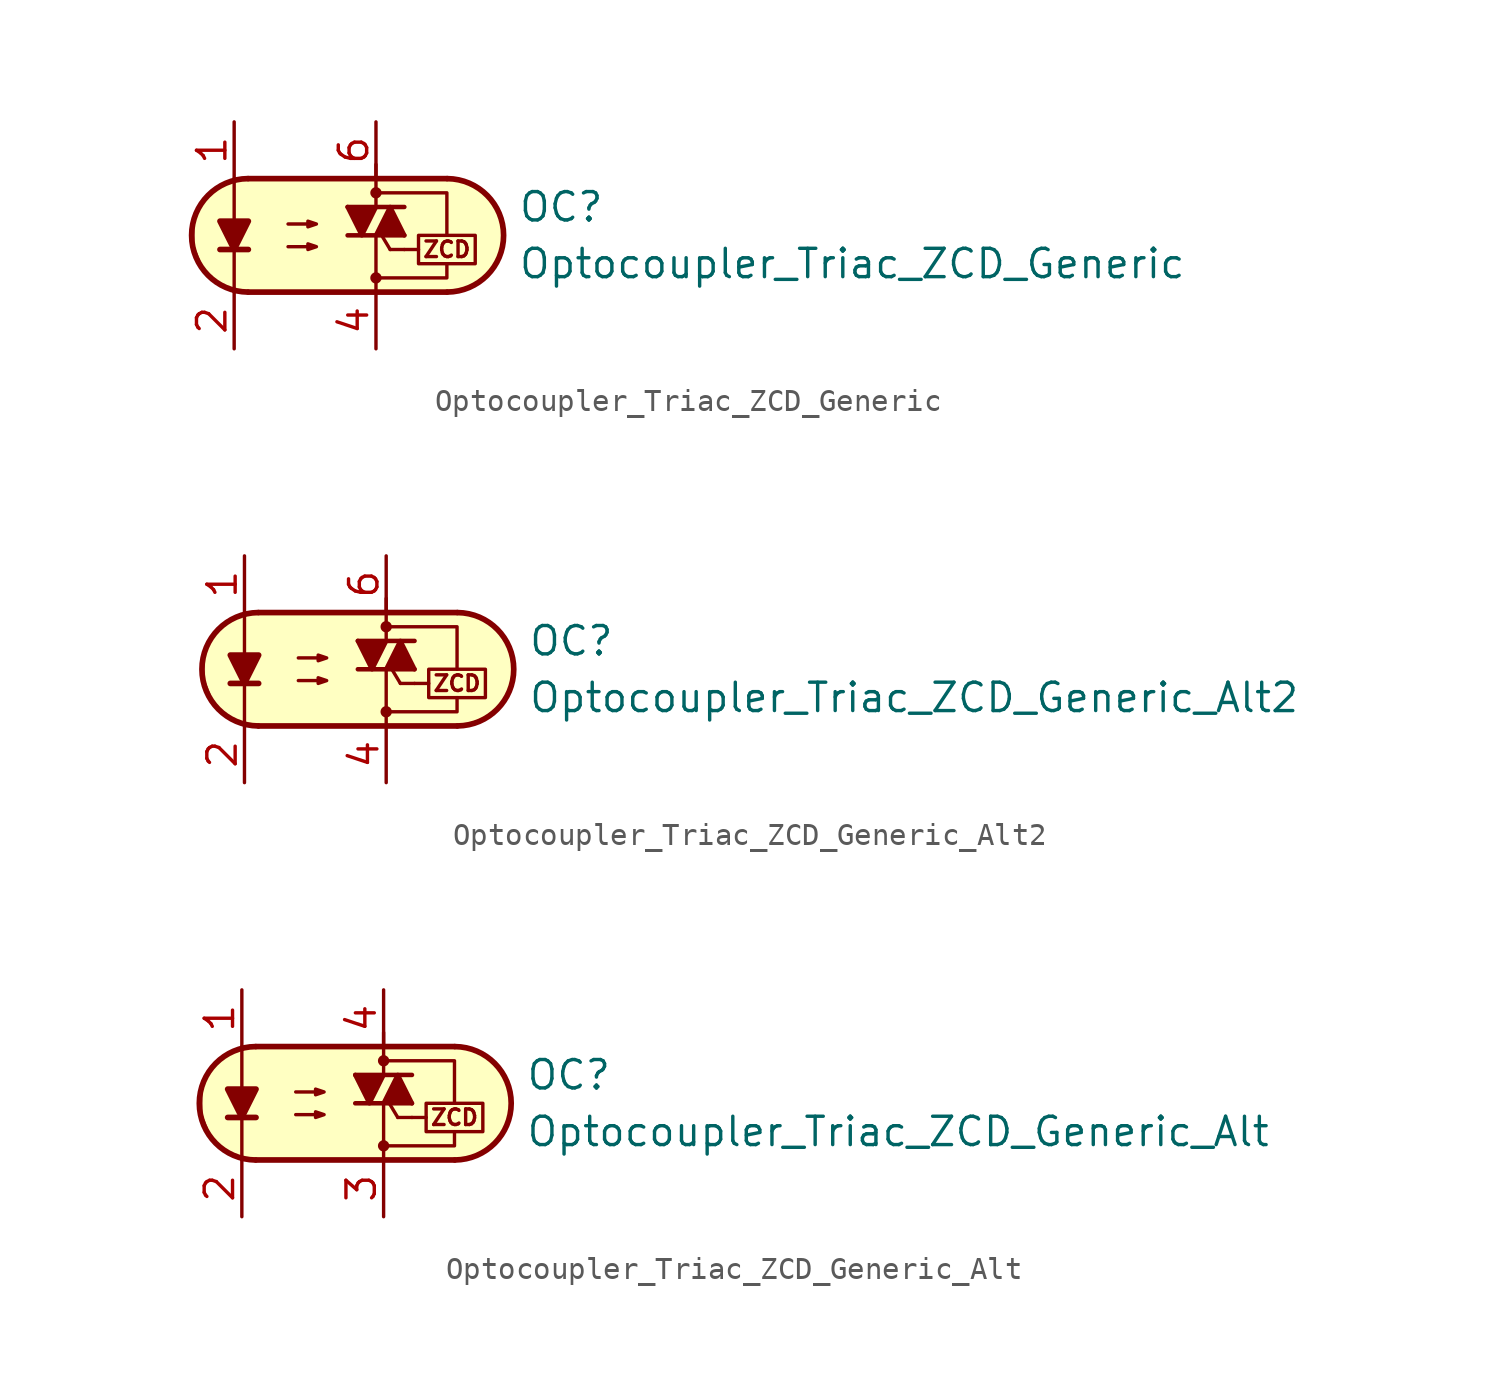
<source format=kicad_sym>
(kicad_symbol_lib
  (version 20231120)
  (generator "kicad_symbol_editor")
  (generator_version "8.0")
  (symbol "Optocoupler_Triac_ZCD_Generic"
    (pin_names
      (offset 1.016))
    (property "Reference" "OC"
      (at 7.62 1.27 0)
      (effects (font (size 1.27 1.27)) (justify left)))
    (property "Value" "Optocoupler_Triac_ZCD_Generic"
      (at 7.62 -1.27 0)
      (effects (font (size 1.27 1.27)) (justify left)))
    (symbol "Optocoupler_Triac_ZCD_Generic_0_0"
      (polyline (pts (xy 4.445 -1.27) (xy 4.445 -1.905) (xy 1.27 -1.905)) (stroke (width 0.152) (type default)) (fill (type none)))
      (polyline (pts (xy 4.445 0) (xy 4.445 1.905) (xy 1.27 1.905)) (stroke (width 0.152) (type default)) (fill (type none)))
      (circle (center 1.27 -1.905) (radius 0.178) (stroke (width 0) (type default)) (fill (type outline)))
      (circle (center 1.27 1.905) (radius 0.178) (stroke (width 0) (type default)) (fill (type outline)))
      (text "ZCD" (at 4.445 -0.635 0) (effects (font (size 0.7 0.7)))))
    (symbol "Optocoupler_Triac_ZCD_Generic_0_1"
      (arc (start -4.4675 2.54) (mid -6.9851 0) (end -4.4675 -2.54) (stroke (width 0.254) (type default)) (fill (type none)))
      (polyline (pts (xy -5.715 -0.635) (xy -4.445 -0.635)) (stroke (width 0.254) (type default)) (fill (type none)))
      (polyline (pts (xy -4.445 2.54) (xy 4.445 2.54)) (stroke (width 0.254) (type default)) (fill (type none)))
      (polyline (pts (xy 1.27 0) (xy 1.27 -2.54)) (stroke (width 0.152) (type default)) (fill (type none)))
      (polyline (pts (xy 1.27 3.175) (xy 1.27 1.27)) (stroke (width 0.152) (type default)) (fill (type none)))
      (polyline (pts (xy 1.905 -0.635) (xy 1.524 0)) (stroke (width 0.152) (type default)) (fill (type none)))
      (polyline (pts (xy 2.54 -0.635) (xy 1.905 -0.635)) (stroke (width 0.152) (type default)) (fill (type none)))
      (polyline (pts (xy 2.54 -0.635) (xy 3.175 -0.635)) (stroke (width 0.152) (type default)) (fill (type none)))
      (polyline (pts (xy 4.445 -2.54) (xy -4.445 -2.54)) (stroke (width 0.254) (type default)) (fill (type none)))
      (polyline (pts (xy -5.08 -2.54) (xy -5.08 -1.27) (xy -5.08 2.54)) (stroke (width 0.152) (type default)) (fill (type none)))
      (polyline (pts (xy -5.08 -0.635) (xy -5.715 0.635) (xy -4.445 0.635) (xy -5.08 -0.635)) (stroke (width 0.254) (type default)) (fill (type outline)))
      (polyline (pts (xy -2.667 -0.508) (xy -1.397 -0.508) (xy -1.778 -0.635) (xy -1.778 -0.381) (xy -1.397 -0.508)) (stroke (width 0) (type default)) (fill (type none)))
      (polyline (pts (xy -2.667 0.508) (xy -1.397 0.508) (xy -1.778 0.381) (xy -1.778 0.635) (xy -1.397 0.508)) (stroke (width 0) (type default)) (fill (type none)))
      (polyline (pts (xy -3.81 2.54) (xy 1.397 2.54) (xy 2.159 2.54) (xy 4.064 2.54) (xy 5.207 2.413) (xy 6.223 1.905) (xy 6.858 0.889) (xy 6.985 0) (xy 6.858 -0.889) (xy 6.35 -1.651) (xy 5.461 -2.286) (xy 4.572 -2.54) (xy -5.08 -2.54) (xy -5.08 -2.54) (xy -5.842 -2.032) (xy -6.35 -1.778) (xy -6.858 -0.508) (xy -6.858 0.254) (xy -6.858 1.016) (xy -6.35 1.778) (xy -5.588 2.286) (xy -4.826 2.54) (xy -3.81 2.54)) (stroke (width 0.01) (type default)) (fill (type background)))
      (rectangle (start 3.175 0) (end 5.715 -1.27) (stroke (width 0.152) (type default)) (fill (type none)))
      (arc (start 4.4675 -2.54) (mid 6.9851 0) (end 4.4675 2.54) (stroke (width 0.254) (type default)) (fill (type none))))
    (symbol "Optocoupler_Triac_ZCD_Generic_1_1"
      (polyline (pts (xy 0 0) (xy 2.54 0)) (stroke (width 0.203) (type default)) (fill (type none)))
      (polyline (pts (xy 0 1.27) (xy 2.54 1.27)) (stroke (width 0.203) (type default)) (fill (type none)))
      (polyline (pts (xy 0 1.27) (xy 0.635 0) (xy 1.27 1.27)) (stroke (width 0.203) (type default)) (fill (type outline)))
      (polyline (pts (xy 1.27 0) (xy 1.905 1.27) (xy 2.54 0)) (stroke (width 0.203) (type default)) (fill (type outline)))
      (pin passive line (at -5.08 5.08 270) (length 2.54) (name "~" (effects (font (size 1.27 1.27)))) (number "1" (effects (font (size 1.27 1.27)))))
      (pin passive line (at -5.08 -5.08 90) (length 2.54) (name "~" (effects (font (size 1.27 1.27)))) (number "2" (effects (font (size 1.27 1.27)))))
      (pin free line (at -2.54 0 0) (length 2.54) hide (name "NC" (effects (font (size 1.27 1.27)))) (number "3" (effects (font (size 1.27 1.27)))))
      (pin passive line (at 1.27 -5.08 90) (length 2.54) (name "~" (effects (font (size 1.27 1.27)))) (number "4" (effects (font (size 1.27 1.27)))))
      (pin no_connect line (at 2.54 0 180) (length 2.54) hide (name "NC" (effects (font (size 1.27 1.27)))) (number "5" (effects (font (size 1.27 1.27)))))
      (pin passive line (at 1.27 5.08 270) (length 2.54) (name "~" (effects (font (size 1.27 1.27)))) (number "6" (effects (font (size 1.27 1.27)))))))
  (symbol "Optocoupler_Triac_ZCD_Generic_Alt2"
    (pin_names
      (offset 1.016))
    (property "Reference" "OC"
      (at 7.62 1.27 0)
      (effects (font (size 1.27 1.27)) (justify left)))
    (property "Value" "Optocoupler_Triac_ZCD_Generic_Alt2"
      (at 7.62 -1.27 0)
      (effects (font (size 1.27 1.27)) (justify left)))
    (symbol "Optocoupler_Triac_ZCD_Generic_Alt2_0_0"
      (polyline (pts (xy 4.445 -1.27) (xy 4.445 -1.905) (xy 1.27 -1.905)) (stroke (width 0.152) (type default)) (fill (type none)))
      (polyline (pts (xy 4.445 0) (xy 4.445 1.905) (xy 1.27 1.905)) (stroke (width 0.152) (type default)) (fill (type none)))
      (circle (center 1.27 -1.905) (radius 0.178) (stroke (width 0) (type default)) (fill (type outline)))
      (circle (center 1.27 1.905) (radius 0.178) (stroke (width 0) (type default)) (fill (type outline)))
      (text "ZCD" (at 4.445 -0.635 0) (effects (font (size 0.7 0.7)))))
    (symbol "Optocoupler_Triac_ZCD_Generic_Alt2_0_1"
      (arc (start -4.4675 2.54) (mid -6.9851 0) (end -4.4675 -2.54) (stroke (width 0.254) (type default)) (fill (type none)))
      (polyline (pts (xy -5.715 -0.635) (xy -4.445 -0.635)) (stroke (width 0.254) (type default)) (fill (type none)))
      (polyline (pts (xy -4.445 2.54) (xy 4.445 2.54)) (stroke (width 0.254) (type default)) (fill (type none)))
      (polyline (pts (xy 1.27 0) (xy 1.27 -2.54)) (stroke (width 0.152) (type default)) (fill (type none)))
      (polyline (pts (xy 1.27 3.175) (xy 1.27 1.27)) (stroke (width 0.152) (type default)) (fill (type none)))
      (polyline (pts (xy 1.905 -0.635) (xy 1.524 0)) (stroke (width 0.152) (type default)) (fill (type none)))
      (polyline (pts (xy 2.54 -0.635) (xy 1.905 -0.635)) (stroke (width 0.152) (type default)) (fill (type none)))
      (polyline (pts (xy 2.54 -0.635) (xy 3.175 -0.635)) (stroke (width 0.152) (type default)) (fill (type none)))
      (polyline (pts (xy 4.445 -2.54) (xy -4.445 -2.54)) (stroke (width 0.254) (type default)) (fill (type none)))
      (polyline (pts (xy -5.08 -2.54) (xy -5.08 -1.27) (xy -5.08 2.54)) (stroke (width 0.152) (type default)) (fill (type none)))
      (polyline (pts (xy -5.08 -0.635) (xy -5.715 0.635) (xy -4.445 0.635) (xy -5.08 -0.635)) (stroke (width 0.254) (type default)) (fill (type outline)))
      (polyline (pts (xy -2.667 -0.508) (xy -1.397 -0.508) (xy -1.778 -0.635) (xy -1.778 -0.381) (xy -1.397 -0.508)) (stroke (width 0) (type default)) (fill (type none)))
      (polyline (pts (xy -2.667 0.508) (xy -1.397 0.508) (xy -1.778 0.381) (xy -1.778 0.635) (xy -1.397 0.508)) (stroke (width 0) (type default)) (fill (type none)))
      (polyline (pts (xy -3.81 2.54) (xy 1.397 2.54) (xy 2.159 2.54) (xy 4.064 2.54) (xy 5.207 2.413) (xy 6.223 1.905) (xy 6.858 0.889) (xy 6.985 0) (xy 6.858 -0.889) (xy 6.35 -1.651) (xy 5.461 -2.286) (xy 4.572 -2.54) (xy -5.08 -2.54) (xy -5.08 -2.54) (xy -5.842 -2.032) (xy -6.35 -1.778) (xy -6.858 -0.508) (xy -6.858 0.254) (xy -6.858 1.016) (xy -6.35 1.778) (xy -5.588 2.286) (xy -4.826 2.54) (xy -3.81 2.54)) (stroke (width 0.01) (type default)) (fill (type background)))
      (rectangle (start 3.175 0) (end 5.715 -1.27) (stroke (width 0.152) (type default)) (fill (type none)))
      (arc (start 4.4675 -2.54) (mid 6.9851 0) (end 4.4675 2.54) (stroke (width 0.254) (type default)) (fill (type none))))
    (symbol "Optocoupler_Triac_ZCD_Generic_Alt2_1_1"
      (polyline (pts (xy 0 0) (xy 2.54 0)) (stroke (width 0.203) (type default)) (fill (type none)))
      (polyline (pts (xy 0 1.27) (xy 2.54 1.27)) (stroke (width 0.203) (type default)) (fill (type none)))
      (polyline (pts (xy 0 1.27) (xy 0.635 0) (xy 1.27 1.27)) (stroke (width 0.203) (type default)) (fill (type outline)))
      (polyline (pts (xy 1.27 0) (xy 1.905 1.27) (xy 2.54 0)) (stroke (width 0.203) (type default)) (fill (type outline)))
      (pin passive line (at -5.08 5.08 270) (length 2.54) (name "~" (effects (font (size 1.27 1.27)))) (number "1" (effects (font (size 1.27 1.27)))))
      (pin passive line (at -5.08 -5.08 90) (length 2.54) (name "~" (effects (font (size 1.27 1.27)))) (number "2" (effects (font (size 1.27 1.27)))))
      (pin free line (at 0 0 0) (length 2.54) hide (name "NC" (effects (font (size 1.27 1.27)))) (number "3" (effects (font (size 1.27 1.27)))))
      (pin passive line (at 1.27 -5.08 90) (length 2.54) (name "~" (effects (font (size 1.27 1.27)))) (number "4" (effects (font (size 1.27 1.27)))))
      (pin passive line (at 1.27 5.08 270) (length 2.54) (name "~" (effects (font (size 1.27 1.27)))) (number "6" (effects (font (size 1.27 1.27)))))))
  (symbol "Optocoupler_Triac_ZCD_Generic_Alt"
    (pin_names
      (offset 1.016))
    (property "Reference" "OC"
      (at 7.62 1.27 0)
      (effects (font (size 1.27 1.27)) (justify left)))
    (property "Value" "Optocoupler_Triac_ZCD_Generic_Alt"
      (at 7.62 -1.27 0)
      (effects (font (size 1.27 1.27)) (justify left)))
    (symbol "Optocoupler_Triac_ZCD_Generic_Alt_0_0"
      (polyline (pts (xy 4.445 -1.27) (xy 4.445 -1.905) (xy 1.27 -1.905)) (stroke (width 0.152) (type default)) (fill (type none)))
      (polyline (pts (xy 4.445 0) (xy 4.445 1.905) (xy 1.27 1.905)) (stroke (width 0.152) (type default)) (fill (type none)))
      (circle (center 1.27 -1.905) (radius 0.178) (stroke (width 0) (type default)) (fill (type outline)))
      (circle (center 1.27 1.905) (radius 0.178) (stroke (width 0) (type default)) (fill (type outline)))
      (text "ZCD" (at 4.445 -0.635 0) (effects (font (size 0.7 0.7)))))
    (symbol "Optocoupler_Triac_ZCD_Generic_Alt_0_1"
      (arc (start -4.4675 2.54) (mid -6.9851 0) (end -4.4675 -2.54) (stroke (width 0.254) (type default)) (fill (type none)))
      (polyline (pts (xy -5.715 -0.635) (xy -4.445 -0.635)) (stroke (width 0.254) (type default)) (fill (type none)))
      (polyline (pts (xy -4.445 2.54) (xy 4.445 2.54)) (stroke (width 0.254) (type default)) (fill (type none)))
      (polyline (pts (xy 1.27 0) (xy 1.27 -2.54)) (stroke (width 0.152) (type default)) (fill (type none)))
      (polyline (pts (xy 1.27 3.175) (xy 1.27 1.27)) (stroke (width 0.152) (type default)) (fill (type none)))
      (polyline (pts (xy 1.905 -0.635) (xy 1.524 0)) (stroke (width 0.152) (type default)) (fill (type none)))
      (polyline (pts (xy 2.54 -0.635) (xy 1.905 -0.635)) (stroke (width 0.152) (type default)) (fill (type none)))
      (polyline (pts (xy 2.54 -0.635) (xy 3.175 -0.635)) (stroke (width 0.152) (type default)) (fill (type none)))
      (polyline (pts (xy 4.445 -2.54) (xy -4.445 -2.54)) (stroke (width 0.254) (type default)) (fill (type none)))
      (polyline (pts (xy -5.08 -2.54) (xy -5.08 -1.27) (xy -5.08 2.54)) (stroke (width 0.152) (type default)) (fill (type none)))
      (polyline (pts (xy -5.08 -0.635) (xy -5.715 0.635) (xy -4.445 0.635) (xy -5.08 -0.635)) (stroke (width 0.254) (type default)) (fill (type outline)))
      (polyline (pts (xy -2.667 -0.508) (xy -1.397 -0.508) (xy -1.778 -0.635) (xy -1.778 -0.381) (xy -1.397 -0.508)) (stroke (width 0) (type default)) (fill (type none)))
      (polyline (pts (xy -2.667 0.508) (xy -1.397 0.508) (xy -1.778 0.381) (xy -1.778 0.635) (xy -1.397 0.508)) (stroke (width 0) (type default)) (fill (type none)))
      (polyline (pts (xy -3.81 2.54) (xy 1.397 2.54) (xy 2.159 2.54) (xy 4.064 2.54) (xy 5.207 2.413) (xy 6.223 1.905) (xy 6.858 0.889) (xy 6.985 0) (xy 6.858 -0.889) (xy 6.35 -1.651) (xy 5.461 -2.286) (xy 4.572 -2.54) (xy -5.08 -2.54) (xy -5.08 -2.54) (xy -5.842 -2.032) (xy -6.35 -1.778) (xy -6.858 -0.508) (xy -6.858 0.254) (xy -6.858 1.016) (xy -6.35 1.778) (xy -5.588 2.286) (xy -4.826 2.54) (xy -3.81 2.54)) (stroke (width 0.01) (type default)) (fill (type background)))
      (rectangle (start 3.175 0) (end 5.715 -1.27) (stroke (width 0.152) (type default)) (fill (type none)))
      (arc (start 4.4675 -2.54) (mid 6.9851 0) (end 4.4675 2.54) (stroke (width 0.254) (type default)) (fill (type none))))
    (symbol "Optocoupler_Triac_ZCD_Generic_Alt_1_1"
      (polyline (pts (xy 0 0) (xy 2.54 0)) (stroke (width 0.203) (type default)) (fill (type none)))
      (polyline (pts (xy 0 1.27) (xy 2.54 1.27)) (stroke (width 0.203) (type default)) (fill (type none)))
      (polyline (pts (xy 0 1.27) (xy 0.635 0) (xy 1.27 1.27)) (stroke (width 0.203) (type default)) (fill (type outline)))
      (polyline (pts (xy 1.27 0) (xy 1.905 1.27) (xy 2.54 0)) (stroke (width 0.203) (type default)) (fill (type outline)))
      (pin passive line (at -5.08 5.08 270) (length 2.54) (name "~" (effects (font (size 1.27 1.27)))) (number "1" (effects (font (size 1.27 1.27)))))
      (pin passive line (at -5.08 -5.08 90) (length 2.54) (name "~" (effects (font (size 1.27 1.27)))) (number "2" (effects (font (size 1.27 1.27)))))
      (pin passive line (at 1.27 -5.08 90) (length 2.54) (name "~" (effects (font (size 1.27 1.27)))) (number "3" (effects (font (size 1.27 1.27)))))
      (pin passive line (at 1.27 5.08 270) (length 2.54) (name "~" (effects (font (size 1.27 1.27)))) (number "4" (effects (font (size 1.27 1.27))))))))
</source>
